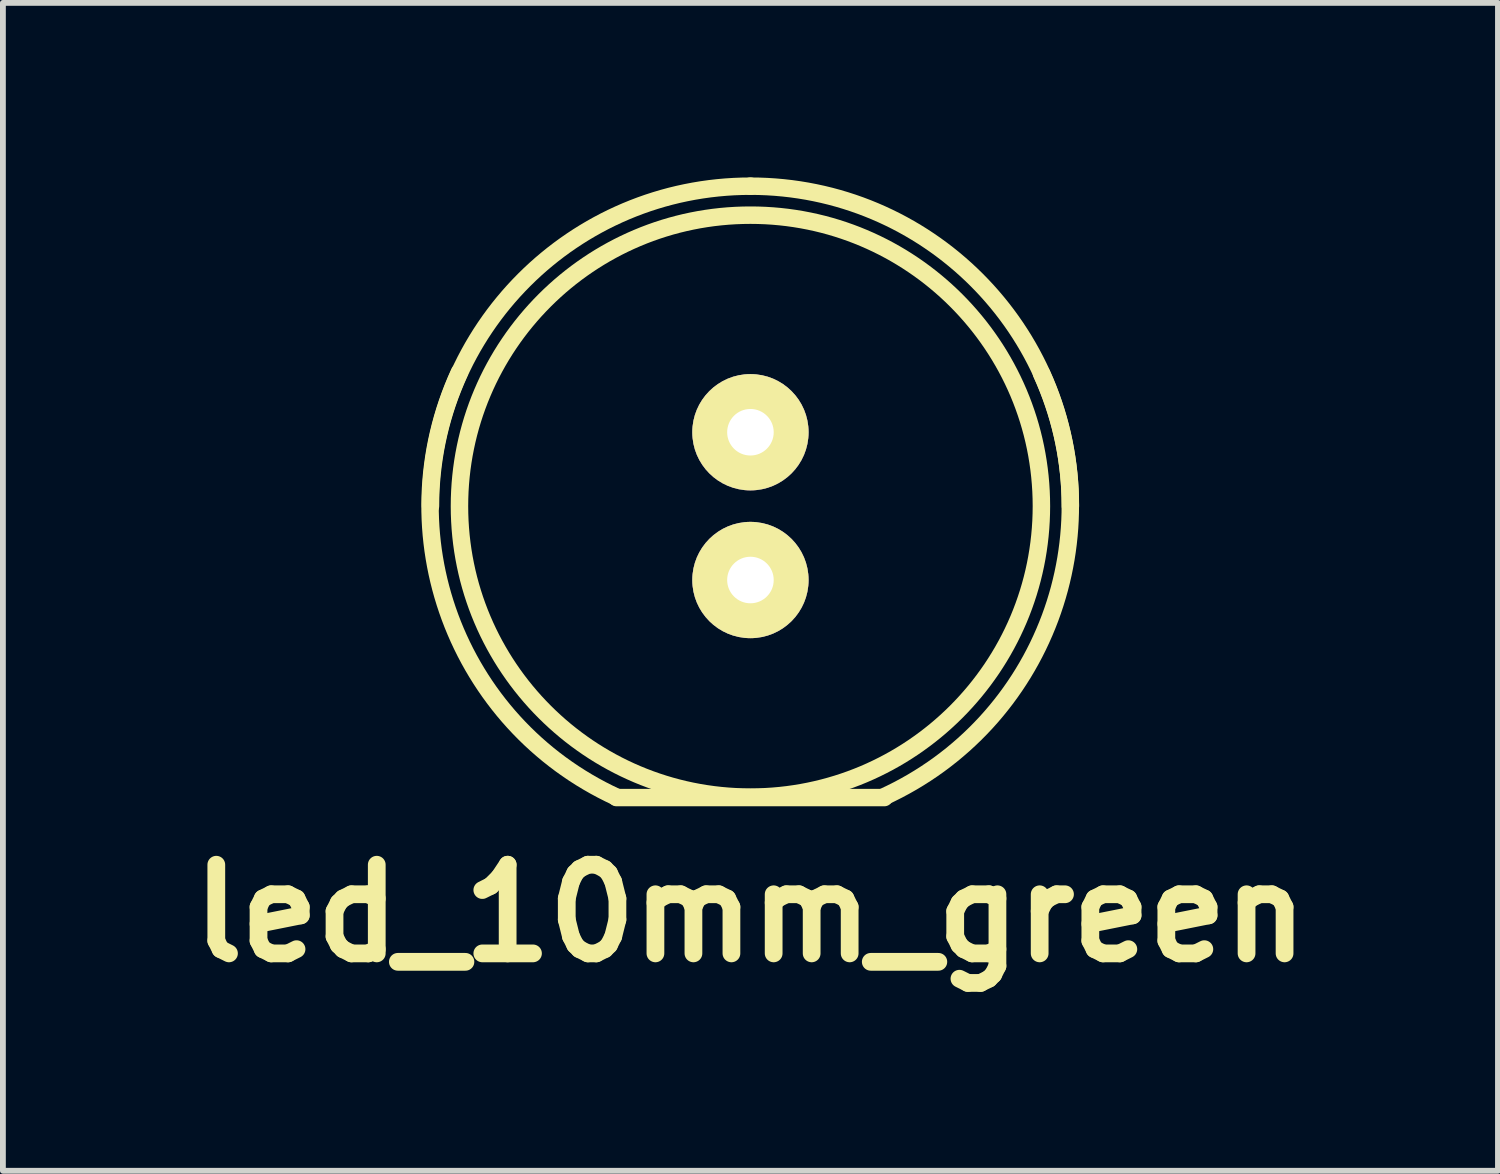
<source format=kicad_pcb>
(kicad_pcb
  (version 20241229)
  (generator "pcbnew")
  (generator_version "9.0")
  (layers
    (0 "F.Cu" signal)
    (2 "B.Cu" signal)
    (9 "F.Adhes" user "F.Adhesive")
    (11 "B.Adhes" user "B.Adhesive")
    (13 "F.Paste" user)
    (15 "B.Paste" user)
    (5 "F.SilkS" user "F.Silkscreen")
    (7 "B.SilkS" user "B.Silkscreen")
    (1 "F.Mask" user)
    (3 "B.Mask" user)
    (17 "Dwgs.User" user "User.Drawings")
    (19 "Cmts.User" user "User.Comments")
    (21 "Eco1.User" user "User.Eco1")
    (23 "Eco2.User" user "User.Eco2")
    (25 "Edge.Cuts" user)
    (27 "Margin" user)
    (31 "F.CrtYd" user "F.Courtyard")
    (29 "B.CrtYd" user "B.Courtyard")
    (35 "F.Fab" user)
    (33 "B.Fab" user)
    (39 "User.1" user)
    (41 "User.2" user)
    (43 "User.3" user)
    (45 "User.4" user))
  (footprint "led_10mm_green"
    (layer "F.Cu")
    (at 9.848 5.649)
    (property "Reference" "led_10mm_green" (at 0 6.998 0) (layer "F.SilkS") (effects (font (size 1.524 1.524) (thickness 0.305))))
    (attr through_hole)
    (fp_line (start -2.301 5.009) (end 2.301 5.009) (stroke (width 0.3) (type solid)) (layer "F.SilkS"))
    (fp_arc (start -5.4991 0) (mid -3.888451 -3.888451) (end 0 -5.4991) (stroke (width 0.29972) (type solid)) (layer "F.SilkS"))
    (fp_arc (start -2.30124 5.00126) (mid -5.163647 1.909202) (end -5.00126 -2.30124) (stroke (width 0.29972) (type solid)) (layer "F.SilkS"))
    (fp_arc (start 0 -5.4991) (mid 3.888451 -3.888451) (end 5.4991 0) (stroke (width 0.29972) (type solid)) (layer "F.SilkS"))
    (fp_arc (start 5.00126 -2.28092) (mid 5.149279 1.923571) (end 2.28092 5.00126) (stroke (width 0.29972) (type solid)) (layer "F.SilkS"))
    (fp_circle (center 0 0) (end -5.001 0) (stroke (width 0.3) (type solid)) (fill no) (layer "F.SilkS"))
    (pad "1" thru_hole circle (at 0 -1.27) (size 1.999 1.999) (drill 0.8) (layers "*.Cu" "*.Mask" "F.SilkS"))
    (pad "2" thru_hole circle (at 0 1.27) (size 1.999 1.999) (drill 0.8) (layers "*.Cu" "*.Mask" "F.SilkS")))
  (gr_rect
    (start -3 -3)
    (end 22.696 17.073)
    (stroke (width 0.1) (type default))
    (fill no)
    (layer "Edge.Cuts")))
</source>
